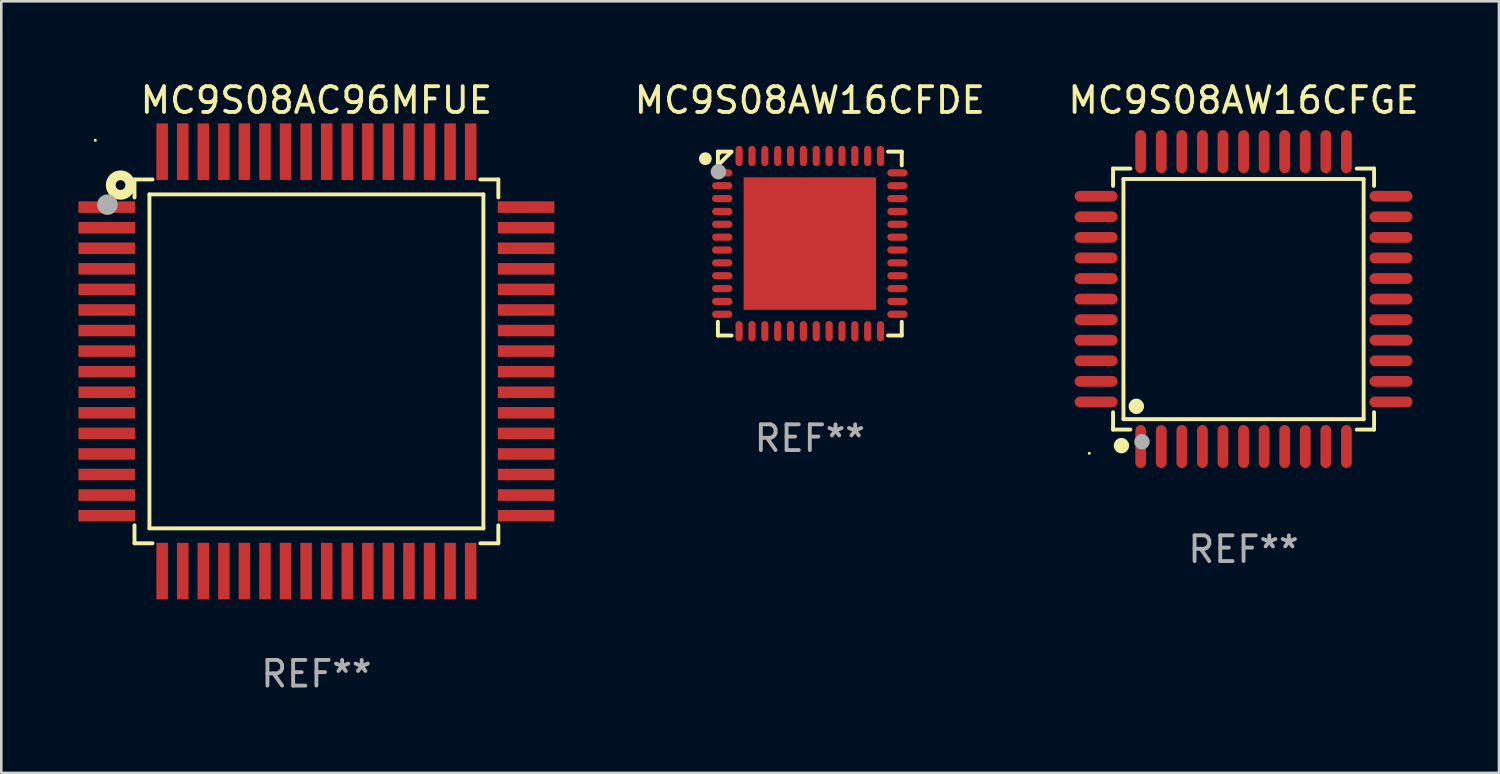
<source format=kicad_pcb>
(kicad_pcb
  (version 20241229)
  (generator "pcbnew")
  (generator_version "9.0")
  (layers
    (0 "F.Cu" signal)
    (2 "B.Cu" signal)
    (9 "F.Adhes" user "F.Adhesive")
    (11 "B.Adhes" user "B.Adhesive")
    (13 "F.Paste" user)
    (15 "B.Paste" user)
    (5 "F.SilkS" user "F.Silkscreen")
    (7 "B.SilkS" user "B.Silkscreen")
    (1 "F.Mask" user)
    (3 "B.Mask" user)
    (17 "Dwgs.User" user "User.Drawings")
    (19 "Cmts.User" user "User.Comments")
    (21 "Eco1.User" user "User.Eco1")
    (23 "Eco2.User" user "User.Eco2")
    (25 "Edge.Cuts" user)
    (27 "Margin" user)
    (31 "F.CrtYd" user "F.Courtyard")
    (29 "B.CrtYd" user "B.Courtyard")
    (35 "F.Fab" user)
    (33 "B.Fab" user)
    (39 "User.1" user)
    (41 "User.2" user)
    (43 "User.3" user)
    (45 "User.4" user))
  (footprint "MC9S08AC96MFUE"
    (layer "F.Cu")
    (at 9.257 11.006)
    (property "Reference" "MC9S08AC96MFUE" (at 0 -10.157 0) (layer "F.SilkS") (effects (font (size 1 1) (thickness 0.15))))
    (attr through_hole)
    (fp_line (start -7.076 -7.076) (end -6.376 -7.076) (stroke (width 0.152) (type solid)) (layer "F.SilkS"))
    (fp_line (start -7.076 -6.376) (end -7.076 -7.076) (stroke (width 0.152) (type solid)) (layer "F.SilkS"))
    (fp_line (start -7.076 6.376) (end -7.076 7.076) (stroke (width 0.152) (type solid)) (layer "F.SilkS"))
    (fp_line (start -7.076 7.076) (end -6.376 7.076) (stroke (width 0.152) (type solid)) (layer "F.SilkS"))
    (fp_line (start -6.495 -6.495) (end 6.495 -6.495) (stroke (width 0.152) (type solid)) (layer "F.SilkS"))
    (fp_line (start -6.495 6.495) (end -6.495 -6.495) (stroke (width 0.152) (type solid)) (layer "F.SilkS"))
    (fp_line (start 6.495 -6.495) (end 6.495 6.495) (stroke (width 0.152) (type solid)) (layer "F.SilkS"))
    (fp_line (start 6.495 6.495) (end -6.495 6.495) (stroke (width 0.152) (type solid)) (layer "F.SilkS"))
    (fp_line (start 7.076 -7.076) (end 6.376 -7.076) (stroke (width 0.152) (type solid)) (layer "F.SilkS"))
    (fp_line (start 7.076 -6.376) (end 7.076 -7.076) (stroke (width 0.152) (type solid)) (layer "F.SilkS"))
    (fp_line (start 7.076 6.376) (end 7.076 7.076) (stroke (width 0.152) (type solid)) (layer "F.SilkS"))
    (fp_line (start 7.076 7.076) (end 6.376 7.076) (stroke (width 0.152) (type solid)) (layer "F.SilkS"))
    (fp_circle (center -8.6 -8.6) (end -8.57 -8.6) (stroke (width 0.06) (type solid)) (fill no) (layer "F.SilkS"))
    (fp_circle (center -7.62 -6.858) (end -7.43 -6.858) (stroke (width 0.381) (type solid)) (fill no) (layer "F.SilkS"))
    (fp_circle (center -8.128 -6.096) (end -7.928 -6.096) (stroke (width 0.4) (type solid)) (fill no) (layer "F.Fab"))
    (fp_text user "REF**" (at 0 12.157 0) (layer "F.Fab") (effects (font (size 1 1) (thickness 0.15))))
    (pad "1" smd rect (at -8.157 -6) (size 2.2 0.448) (layers "F.Cu" "F.Mask" "F.Paste"))
    (pad "2" smd rect (at -8.157 -5.2) (size 2.2 0.448) (layers "F.Cu" "F.Mask" "F.Paste"))
    (pad "3" smd rect (at -8.157 -4.4) (size 2.2 0.448) (layers "F.Cu" "F.Mask" "F.Paste"))
    (pad "4" smd rect (at -8.157 -3.6) (size 2.2 0.448) (layers "F.Cu" "F.Mask" "F.Paste"))
    (pad "5" smd rect (at -8.157 -2.8) (size 2.2 0.448) (layers "F.Cu" "F.Mask" "F.Paste"))
    (pad "6" smd rect (at -8.157 -2) (size 2.2 0.448) (layers "F.Cu" "F.Mask" "F.Paste"))
    (pad "7" smd rect (at -8.157 -1.2) (size 2.2 0.448) (layers "F.Cu" "F.Mask" "F.Paste"))
    (pad "8" smd rect (at -8.157 -0.4) (size 2.2 0.448) (layers "F.Cu" "F.Mask" "F.Paste"))
    (pad "9" smd rect (at -8.157 0.4) (size 2.2 0.448) (layers "F.Cu" "F.Mask" "F.Paste"))
    (pad "10" smd rect (at -8.157 1.2) (size 2.2 0.448) (layers "F.Cu" "F.Mask" "F.Paste"))
    (pad "11" smd rect (at -8.157 2) (size 2.2 0.448) (layers "F.Cu" "F.Mask" "F.Paste"))
    (pad "12" smd rect (at -8.157 2.8) (size 2.2 0.448) (layers "F.Cu" "F.Mask" "F.Paste"))
    (pad "13" smd rect (at -8.157 3.6) (size 2.2 0.448) (layers "F.Cu" "F.Mask" "F.Paste"))
    (pad "14" smd rect (at -8.157 4.4) (size 2.2 0.448) (layers "F.Cu" "F.Mask" "F.Paste"))
    (pad "15" smd rect (at -8.157 5.2) (size 2.2 0.448) (layers "F.Cu" "F.Mask" "F.Paste"))
    (pad "16" smd rect (at -8.157 6) (size 2.2 0.448) (layers "F.Cu" "F.Mask" "F.Paste"))
    (pad "17" smd rect (at -6 8.157) (size 0.448 2.2) (layers "F.Cu" "F.Mask" "F.Paste"))
    (pad "18" smd rect (at -5.2 8.157) (size 0.448 2.2) (layers "F.Cu" "F.Mask" "F.Paste"))
    (pad "19" smd rect (at -4.4 8.157) (size 0.448 2.2) (layers "F.Cu" "F.Mask" "F.Paste"))
    (pad "20" smd rect (at -3.6 8.157) (size 0.448 2.2) (layers "F.Cu" "F.Mask" "F.Paste"))
    (pad "21" smd rect (at -2.8 8.157) (size 0.448 2.2) (layers "F.Cu" "F.Mask" "F.Paste"))
    (pad "22" smd rect (at -2 8.157) (size 0.448 2.2) (layers "F.Cu" "F.Mask" "F.Paste"))
    (pad "23" smd rect (at -1.2 8.157) (size 0.448 2.2) (layers "F.Cu" "F.Mask" "F.Paste"))
    (pad "24" smd rect (at -0.4 8.157) (size 0.448 2.2) (layers "F.Cu" "F.Mask" "F.Paste"))
    (pad "25" smd rect (at 0.4 8.157) (size 0.448 2.2) (layers "F.Cu" "F.Mask" "F.Paste"))
    (pad "26" smd rect (at 1.2 8.157) (size 0.448 2.2) (layers "F.Cu" "F.Mask" "F.Paste"))
    (pad "27" smd rect (at 2 8.157) (size 0.448 2.2) (layers "F.Cu" "F.Mask" "F.Paste"))
    (pad "28" smd rect (at 2.8 8.157) (size 0.448 2.2) (layers "F.Cu" "F.Mask" "F.Paste"))
    (pad "29" smd rect (at 3.6 8.157) (size 0.448 2.2) (layers "F.Cu" "F.Mask" "F.Paste"))
    (pad "30" smd rect (at 4.4 8.157) (size 0.448 2.2) (layers "F.Cu" "F.Mask" "F.Paste"))
    (pad "31" smd rect (at 5.2 8.157) (size 0.448 2.2) (layers "F.Cu" "F.Mask" "F.Paste"))
    (pad "32" smd rect (at 6 8.157) (size 0.448 2.2) (layers "F.Cu" "F.Mask" "F.Paste"))
    (pad "33" smd rect (at 8.157 6) (size 2.2 0.448) (layers "F.Cu" "F.Mask" "F.Paste"))
    (pad "34" smd rect (at 8.157 5.2) (size 2.2 0.448) (layers "F.Cu" "F.Mask" "F.Paste"))
    (pad "35" smd rect (at 8.157 4.4) (size 2.2 0.448) (layers "F.Cu" "F.Mask" "F.Paste"))
    (pad "36" smd rect (at 8.157 3.6) (size 2.2 0.448) (layers "F.Cu" "F.Mask" "F.Paste"))
    (pad "37" smd rect (at 8.157 2.8) (size 2.2 0.448) (layers "F.Cu" "F.Mask" "F.Paste"))
    (pad "38" smd rect (at 8.157 2) (size 2.2 0.448) (layers "F.Cu" "F.Mask" "F.Paste"))
    (pad "39" smd rect (at 8.157 1.2) (size 2.2 0.448) (layers "F.Cu" "F.Mask" "F.Paste"))
    (pad "40" smd rect (at 8.157 0.4) (size 2.2 0.448) (layers "F.Cu" "F.Mask" "F.Paste"))
    (pad "41" smd rect (at 8.157 -0.4) (size 2.2 0.448) (layers "F.Cu" "F.Mask" "F.Paste"))
    (pad "42" smd rect (at 8.157 -1.2) (size 2.2 0.448) (layers "F.Cu" "F.Mask" "F.Paste"))
    (pad "43" smd rect (at 8.157 -2) (size 2.2 0.448) (layers "F.Cu" "F.Mask" "F.Paste"))
    (pad "44" smd rect (at 8.157 -2.8) (size 2.2 0.448) (layers "F.Cu" "F.Mask" "F.Paste"))
    (pad "45" smd rect (at 8.157 -3.6) (size 2.2 0.448) (layers "F.Cu" "F.Mask" "F.Paste"))
    (pad "46" smd rect (at 8.157 -4.4) (size 2.2 0.448) (layers "F.Cu" "F.Mask" "F.Paste"))
    (pad "47" smd rect (at 8.157 -5.2) (size 2.2 0.448) (layers "F.Cu" "F.Mask" "F.Paste"))
    (pad "48" smd rect (at 8.157 -6) (size 2.2 0.448) (layers "F.Cu" "F.Mask" "F.Paste"))
    (pad "49" smd rect (at 6 -8.157) (size 0.448 2.2) (layers "F.Cu" "F.Mask" "F.Paste"))
    (pad "50" smd rect (at 5.2 -8.157) (size 0.448 2.2) (layers "F.Cu" "F.Mask" "F.Paste"))
    (pad "51" smd rect (at 4.4 -8.157) (size 0.448 2.2) (layers "F.Cu" "F.Mask" "F.Paste"))
    (pad "52" smd rect (at 3.6 -8.157) (size 0.448 2.2) (layers "F.Cu" "F.Mask" "F.Paste"))
    (pad "53" smd rect (at 2.8 -8.157) (size 0.448 2.2) (layers "F.Cu" "F.Mask" "F.Paste"))
    (pad "54" smd rect (at 2 -8.157) (size 0.448 2.2) (layers "F.Cu" "F.Mask" "F.Paste"))
    (pad "55" smd rect (at 1.2 -8.157) (size 0.448 2.2) (layers "F.Cu" "F.Mask" "F.Paste"))
    (pad "56" smd rect (at 0.4 -8.157) (size 0.448 2.2) (layers "F.Cu" "F.Mask" "F.Paste"))
    (pad "57" smd rect (at -0.4 -8.157) (size 0.448 2.2) (layers "F.Cu" "F.Mask" "F.Paste"))
    (pad "58" smd rect (at -1.2 -8.157) (size 0.448 2.2) (layers "F.Cu" "F.Mask" "F.Paste"))
    (pad "59" smd rect (at -2 -8.157) (size 0.448 2.2) (layers "F.Cu" "F.Mask" "F.Paste"))
    (pad "60" smd rect (at -2.8 -8.157) (size 0.448 2.2) (layers "F.Cu" "F.Mask" "F.Paste"))
    (pad "61" smd rect (at -3.6 -8.157) (size 0.448 2.2) (layers "F.Cu" "F.Mask" "F.Paste"))
    (pad "62" smd rect (at -4.4 -8.157) (size 0.448 2.2) (layers "F.Cu" "F.Mask" "F.Paste"))
    (pad "63" smd rect (at -5.2 -8.157) (size 0.448 2.2) (layers "F.Cu" "F.Mask" "F.Paste"))
    (pad "64" smd rect (at -6 -8.157) (size 0.448 2.2) (layers "F.Cu" "F.Mask" "F.Paste")))
  (footprint "MC9S08AW16CFDE"
    (layer "F.Cu")
    (at 28.449 6.424)
    (property "Reference" "MC9S08AW16CFDE" (at 0 -5.576 0) (layer "F.SilkS") (effects (font (size 1 1) (thickness 0.15))))
    (attr through_hole)
    (fp_line (start -3.576 -3.576) (end -3.042 -3.576) (stroke (width 0.152) (type solid)) (layer "F.SilkS"))
    (fp_line (start -3.576 -3.042) (end -3.576 -3.576) (stroke (width 0.152) (type solid)) (layer "F.SilkS"))
    (fp_line (start -3.576 3.042) (end -3.576 3.576) (stroke (width 0.152) (type solid)) (layer "F.SilkS"))
    (fp_line (start -3.576 3.576) (end -3.042 3.576) (stroke (width 0.152) (type solid)) (layer "F.SilkS"))
    (fp_line (start -3.069 -3.549) (end -3.549 -3.069) (stroke (width 0.152) (type solid)) (layer "F.SilkS"))
    (fp_line (start 3.576 -3.576) (end 3.042 -3.576) (stroke (width 0.152) (type solid)) (layer "F.SilkS"))
    (fp_line (start 3.576 -3.042) (end 3.576 -3.576) (stroke (width 0.152) (type solid)) (layer "F.SilkS"))
    (fp_line (start 3.576 3.042) (end 3.576 3.576) (stroke (width 0.152) (type solid)) (layer "F.SilkS"))
    (fp_line (start 3.576 3.576) (end 3.042 3.576) (stroke (width 0.152) (type solid)) (layer "F.SilkS"))
    (fp_circle (center -4.064 -3.302) (end -3.939 -3.302) (stroke (width 0.25) (type solid)) (fill no) (layer "F.SilkS"))
    (fp_circle (center -3.5 -3.5) (end -3.47 -3.5) (stroke (width 0.06) (type solid)) (fill no) (layer "F.SilkS"))
    (fp_circle (center -3.556 -2.794) (end -3.406 -2.794) (stroke (width 0.3) (type solid)) (fill no) (layer "F.Fab"))
    (fp_text user "REF**" (at 0 7.576 0) (layer "F.Fab") (effects (font (size 1 1) (thickness 0.15))))
    (pad "1" smd oval (at -3.407 -2.75) (size 0.79 0.28) (layers "F.Cu" "F.Mask" "F.Paste"))
    (pad "2" smd oval (at -3.407 -2.25) (size 0.79 0.28) (layers "F.Cu" "F.Mask" "F.Paste"))
    (pad "3" smd oval (at -3.407 -1.75) (size 0.79 0.28) (layers "F.Cu" "F.Mask" "F.Paste"))
    (pad "4" smd oval (at -3.407 -1.25) (size 0.79 0.28) (layers "F.Cu" "F.Mask" "F.Paste"))
    (pad "5" smd oval (at -3.407 -0.75) (size 0.79 0.28) (layers "F.Cu" "F.Mask" "F.Paste"))
    (pad "6" smd oval (at -3.407 -0.25) (size 0.79 0.28) (layers "F.Cu" "F.Mask" "F.Paste"))
    (pad "7" smd oval (at -3.407 0.25) (size 0.79 0.28) (layers "F.Cu" "F.Mask" "F.Paste"))
    (pad "8" smd oval (at -3.407 0.75) (size 0.79 0.28) (layers "F.Cu" "F.Mask" "F.Paste"))
    (pad "9" smd oval (at -3.407 1.25) (size 0.79 0.28) (layers "F.Cu" "F.Mask" "F.Paste"))
    (pad "10" smd oval (at -3.407 1.75) (size 0.79 0.28) (layers "F.Cu" "F.Mask" "F.Paste"))
    (pad "11" smd oval (at -3.407 2.25) (size 0.79 0.28) (layers "F.Cu" "F.Mask" "F.Paste"))
    (pad "12" smd oval (at -3.407 2.75) (size 0.79 0.28) (layers "F.Cu" "F.Mask" "F.Paste"))
    (pad "13" smd oval (at -2.75 3.407) (size 0.28 0.79) (layers "F.Cu" "F.Mask" "F.Paste"))
    (pad "14" smd oval (at -2.25 3.407) (size 0.28 0.79) (layers "F.Cu" "F.Mask" "F.Paste"))
    (pad "15" smd oval (at -1.75 3.407) (size 0.28 0.79) (layers "F.Cu" "F.Mask" "F.Paste"))
    (pad "16" smd oval (at -1.25 3.407) (size 0.28 0.79) (layers "F.Cu" "F.Mask" "F.Paste"))
    (pad "17" smd oval (at -0.75 3.407) (size 0.28 0.79) (layers "F.Cu" "F.Mask" "F.Paste"))
    (pad "18" smd oval (at -0.25 3.407) (size 0.28 0.79) (layers "F.Cu" "F.Mask" "F.Paste"))
    (pad "19" smd oval (at 0.25 3.407) (size 0.28 0.79) (layers "F.Cu" "F.Mask" "F.Paste"))
    (pad "20" smd oval (at 0.75 3.407) (size 0.28 0.79) (layers "F.Cu" "F.Mask" "F.Paste"))
    (pad "21" smd oval (at 1.25 3.407) (size 0.28 0.79) (layers "F.Cu" "F.Mask" "F.Paste"))
    (pad "22" smd oval (at 1.75 3.407) (size 0.28 0.79) (layers "F.Cu" "F.Mask" "F.Paste"))
    (pad "23" smd oval (at 2.25 3.407) (size 0.28 0.79) (layers "F.Cu" "F.Mask" "F.Paste"))
    (pad "24" smd oval (at 2.75 3.407) (size 0.28 0.79) (layers "F.Cu" "F.Mask" "F.Paste"))
    (pad "25" smd oval (at 3.407 2.75) (size 0.79 0.28) (layers "F.Cu" "F.Mask" "F.Paste"))
    (pad "26" smd oval (at 3.407 2.25) (size 0.79 0.28) (layers "F.Cu" "F.Mask" "F.Paste"))
    (pad "27" smd oval (at 3.407 1.75) (size 0.79 0.28) (layers "F.Cu" "F.Mask" "F.Paste"))
    (pad "28" smd oval (at 3.407 1.25) (size 0.79 0.28) (layers "F.Cu" "F.Mask" "F.Paste"))
    (pad "29" smd oval (at 3.407 0.75) (size 0.79 0.28) (layers "F.Cu" "F.Mask" "F.Paste"))
    (pad "30" smd oval (at 3.407 0.25) (size 0.79 0.28) (layers "F.Cu" "F.Mask" "F.Paste"))
    (pad "31" smd oval (at 3.407 -0.25) (size 0.79 0.28) (layers "F.Cu" "F.Mask" "F.Paste"))
    (pad "32" smd oval (at 3.407 -0.75) (size 0.79 0.28) (layers "F.Cu" "F.Mask" "F.Paste"))
    (pad "33" smd oval (at 3.407 -1.25) (size 0.79 0.28) (layers "F.Cu" "F.Mask" "F.Paste"))
    (pad "34" smd oval (at 3.407 -1.75) (size 0.79 0.28) (layers "F.Cu" "F.Mask" "F.Paste"))
    (pad "35" smd oval (at 3.407 -2.25) (size 0.79 0.28) (layers "F.Cu" "F.Mask" "F.Paste"))
    (pad "36" smd oval (at 3.407 -2.75) (size 0.79 0.28) (layers "F.Cu" "F.Mask" "F.Paste"))
    (pad "37" smd oval (at 2.75 -3.407) (size 0.28 0.79) (layers "F.Cu" "F.Mask" "F.Paste"))
    (pad "38" smd oval (at 2.25 -3.407) (size 0.28 0.79) (layers "F.Cu" "F.Mask" "F.Paste"))
    (pad "39" smd oval (at 1.75 -3.407) (size 0.28 0.79) (layers "F.Cu" "F.Mask" "F.Paste"))
    (pad "40" smd oval (at 1.25 -3.407) (size 0.28 0.79) (layers "F.Cu" "F.Mask" "F.Paste"))
    (pad "41" smd oval (at 0.75 -3.407) (size 0.28 0.79) (layers "F.Cu" "F.Mask" "F.Paste"))
    (pad "42" smd oval (at 0.25 -3.407) (size 0.28 0.79) (layers "F.Cu" "F.Mask" "F.Paste"))
    (pad "43" smd oval (at -0.25 -3.407) (size 0.28 0.79) (layers "F.Cu" "F.Mask" "F.Paste"))
    (pad "44" smd oval (at -0.75 -3.407) (size 0.28 0.79) (layers "F.Cu" "F.Mask" "F.Paste"))
    (pad "45" smd oval (at -1.25 -3.407) (size 0.28 0.79) (layers "F.Cu" "F.Mask" "F.Paste"))
    (pad "46" smd oval (at -1.75 -3.407) (size 0.28 0.79) (layers "F.Cu" "F.Mask" "F.Paste"))
    (pad "47" smd oval (at -2.25 -3.407) (size 0.28 0.79) (layers "F.Cu" "F.Mask" "F.Paste"))
    (pad "48" smd oval (at -2.75 -3.407) (size 0.28 0.79) (layers "F.Cu" "F.Mask" "F.Paste"))
    (pad "49" smd rect (at 0 0) (size 5.15 5.15) (layers "F.Cu" "F.Mask" "F.Paste")))
  (footprint "MC9S08AW16CFGE"
    (layer "F.Cu")
    (at 45.319 8.583)
    (property "Reference" "MC9S08AW16CFGE" (at 0 -7.735 0) (layer "F.SilkS") (effects (font (size 1 1) (thickness 0.15))))
    (attr through_hole)
    (fp_line (start -5.076 -5.076) (end -4.401 -5.076) (stroke (width 0.152) (type solid)) (layer "F.SilkS"))
    (fp_line (start -5.076 -4.401) (end -5.076 -5.076) (stroke (width 0.152) (type solid)) (layer "F.SilkS"))
    (fp_line (start -5.076 4.401) (end -5.076 5.076) (stroke (width 0.152) (type solid)) (layer "F.SilkS"))
    (fp_line (start -5.076 5.076) (end -4.401 5.076) (stroke (width 0.152) (type solid)) (layer "F.SilkS"))
    (fp_line (start -4.671 -4.671) (end 4.671 -4.671) (stroke (width 0.152) (type solid)) (layer "F.SilkS"))
    (fp_line (start -4.671 4.671) (end -4.671 -4.671) (stroke (width 0.152) (type solid)) (layer "F.SilkS"))
    (fp_line (start 4.671 -4.671) (end 4.671 4.671) (stroke (width 0.152) (type solid)) (layer "F.SilkS"))
    (fp_line (start 4.671 4.671) (end -4.671 4.671) (stroke (width 0.152) (type solid)) (layer "F.SilkS"))
    (fp_line (start 5.076 -5.076) (end 4.401 -5.076) (stroke (width 0.152) (type solid)) (layer "F.SilkS"))
    (fp_line (start 5.076 -4.401) (end 5.076 -5.076) (stroke (width 0.152) (type solid)) (layer "F.SilkS"))
    (fp_line (start 5.076 4.401) (end 5.076 5.076) (stroke (width 0.152) (type solid)) (layer "F.SilkS"))
    (fp_line (start 5.076 5.076) (end 4.401 5.076) (stroke (width 0.152) (type solid)) (layer "F.SilkS"))
    (fp_circle (center -6 6) (end -5.97 6) (stroke (width 0.06) (type solid)) (fill no) (layer "F.SilkS"))
    (fp_circle (center -4.75 5.7) (end -4.6 5.7) (stroke (width 0.3) (type solid)) (fill no) (layer "F.SilkS"))
    (fp_circle (center -4.171 4.171) (end -4.021 4.171) (stroke (width 0.3) (type solid)) (fill no) (layer "F.SilkS"))
    (fp_circle (center -3.95 5.55) (end -3.8 5.55) (stroke (width 0.3) (type solid)) (fill no) (layer "F.Fab"))
    (fp_text user "REF**" (at 0 9.735 0) (layer "F.Fab") (effects (font (size 1 1) (thickness 0.15))))
    (pad "1" smd oval (at -4 5.735) (size 0.42 1.67) (layers "F.Cu" "F.Mask" "F.Paste"))
    (pad "2" smd oval (at -3.2 5.735) (size 0.42 1.67) (layers "F.Cu" "F.Mask" "F.Paste"))
    (pad "3" smd oval (at -2.4 5.735) (size 0.42 1.67) (layers "F.Cu" "F.Mask" "F.Paste"))
    (pad "4" smd oval (at -1.6 5.735) (size 0.42 1.67) (layers "F.Cu" "F.Mask" "F.Paste"))
    (pad "5" smd oval (at -0.8 5.735) (size 0.42 1.67) (layers "F.Cu" "F.Mask" "F.Paste"))
    (pad "6" smd oval (at 0 5.735) (size 0.42 1.67) (layers "F.Cu" "F.Mask" "F.Paste"))
    (pad "7" smd oval (at 0.8 5.735) (size 0.42 1.67) (layers "F.Cu" "F.Mask" "F.Paste"))
    (pad "8" smd oval (at 1.6 5.735) (size 0.42 1.67) (layers "F.Cu" "F.Mask" "F.Paste"))
    (pad "9" smd oval (at 2.4 5.735) (size 0.42 1.67) (layers "F.Cu" "F.Mask" "F.Paste"))
    (pad "10" smd oval (at 3.2 5.735) (size 0.42 1.67) (layers "F.Cu" "F.Mask" "F.Paste"))
    (pad "11" smd oval (at 4 5.735) (size 0.42 1.67) (layers "F.Cu" "F.Mask" "F.Paste"))
    (pad "12" smd oval (at 5.735 4) (size 1.67 0.42) (layers "F.Cu" "F.Mask" "F.Paste"))
    (pad "13" smd oval (at 5.735 3.2) (size 1.67 0.42) (layers "F.Cu" "F.Mask" "F.Paste"))
    (pad "14" smd oval (at 5.735 2.4) (size 1.67 0.42) (layers "F.Cu" "F.Mask" "F.Paste"))
    (pad "15" smd oval (at 5.735 1.6) (size 1.67 0.42) (layers "F.Cu" "F.Mask" "F.Paste"))
    (pad "16" smd oval (at 5.735 0.8) (size 1.67 0.42) (layers "F.Cu" "F.Mask" "F.Paste"))
    (pad "17" smd oval (at 5.735 0) (size 1.67 0.42) (layers "F.Cu" "F.Mask" "F.Paste"))
    (pad "18" smd oval (at 5.735 -0.8) (size 1.67 0.42) (layers "F.Cu" "F.Mask" "F.Paste"))
    (pad "19" smd oval (at 5.735 -1.6) (size 1.67 0.42) (layers "F.Cu" "F.Mask" "F.Paste"))
    (pad "20" smd oval (at 5.735 -2.4) (size 1.67 0.42) (layers "F.Cu" "F.Mask" "F.Paste"))
    (pad "21" smd oval (at 5.735 -3.2) (size 1.67 0.42) (layers "F.Cu" "F.Mask" "F.Paste"))
    (pad "22" smd oval (at 5.735 -4) (size 1.67 0.42) (layers "F.Cu" "F.Mask" "F.Paste"))
    (pad "23" smd oval (at 4 -5.735) (size 0.42 1.67) (layers "F.Cu" "F.Mask" "F.Paste"))
    (pad "24" smd oval (at 3.2 -5.735) (size 0.42 1.67) (layers "F.Cu" "F.Mask" "F.Paste"))
    (pad "25" smd oval (at 2.4 -5.735) (size 0.42 1.67) (layers "F.Cu" "F.Mask" "F.Paste"))
    (pad "26" smd oval (at 1.6 -5.735) (size 0.42 1.67) (layers "F.Cu" "F.Mask" "F.Paste"))
    (pad "27" smd oval (at 0.8 -5.735) (size 0.42 1.67) (layers "F.Cu" "F.Mask" "F.Paste"))
    (pad "28" smd oval (at 0 -5.735) (size 0.42 1.67) (layers "F.Cu" "F.Mask" "F.Paste"))
    (pad "29" smd oval (at -0.8 -5.735) (size 0.42 1.67) (layers "F.Cu" "F.Mask" "F.Paste"))
    (pad "30" smd oval (at -1.6 -5.735) (size 0.42 1.67) (layers "F.Cu" "F.Mask" "F.Paste"))
    (pad "31" smd oval (at -2.4 -5.735) (size 0.42 1.67) (layers "F.Cu" "F.Mask" "F.Paste"))
    (pad "32" smd oval (at -3.2 -5.735) (size 0.42 1.67) (layers "F.Cu" "F.Mask" "F.Paste"))
    (pad "33" smd oval (at -4 -5.735) (size 0.42 1.67) (layers "F.Cu" "F.Mask" "F.Paste"))
    (pad "34" smd oval (at -5.735 -4) (size 1.67 0.42) (layers "F.Cu" "F.Mask" "F.Paste"))
    (pad "35" smd oval (at -5.735 -3.2) (size 1.67 0.42) (layers "F.Cu" "F.Mask" "F.Paste"))
    (pad "36" smd oval (at -5.735 -2.4) (size 1.67 0.42) (layers "F.Cu" "F.Mask" "F.Paste"))
    (pad "37" smd oval (at -5.735 -1.6) (size 1.67 0.42) (layers "F.Cu" "F.Mask" "F.Paste"))
    (pad "38" smd oval (at -5.735 -0.8) (size 1.67 0.42) (layers "F.Cu" "F.Mask" "F.Paste"))
    (pad "39" smd oval (at -5.735 0) (size 1.67 0.42) (layers "F.Cu" "F.Mask" "F.Paste"))
    (pad "40" smd oval (at -5.735 0.8) (size 1.67 0.42) (layers "F.Cu" "F.Mask" "F.Paste"))
    (pad "41" smd oval (at -5.735 1.6) (size 1.67 0.42) (layers "F.Cu" "F.Mask" "F.Paste"))
    (pad "42" smd oval (at -5.735 2.4) (size 1.67 0.42) (layers "F.Cu" "F.Mask" "F.Paste"))
    (pad "43" smd oval (at -5.735 3.2) (size 1.67 0.42) (layers "F.Cu" "F.Mask" "F.Paste"))
    (pad "44" smd oval (at -5.735 4) (size 1.67 0.42) (layers "F.Cu" "F.Mask" "F.Paste")))
  (gr_rect
    (start -3 -3)
    (end 55.253 27.011)
    (stroke (width 0.1) (type default))
    (fill no)
    (layer "Edge.Cuts")))
</source>
